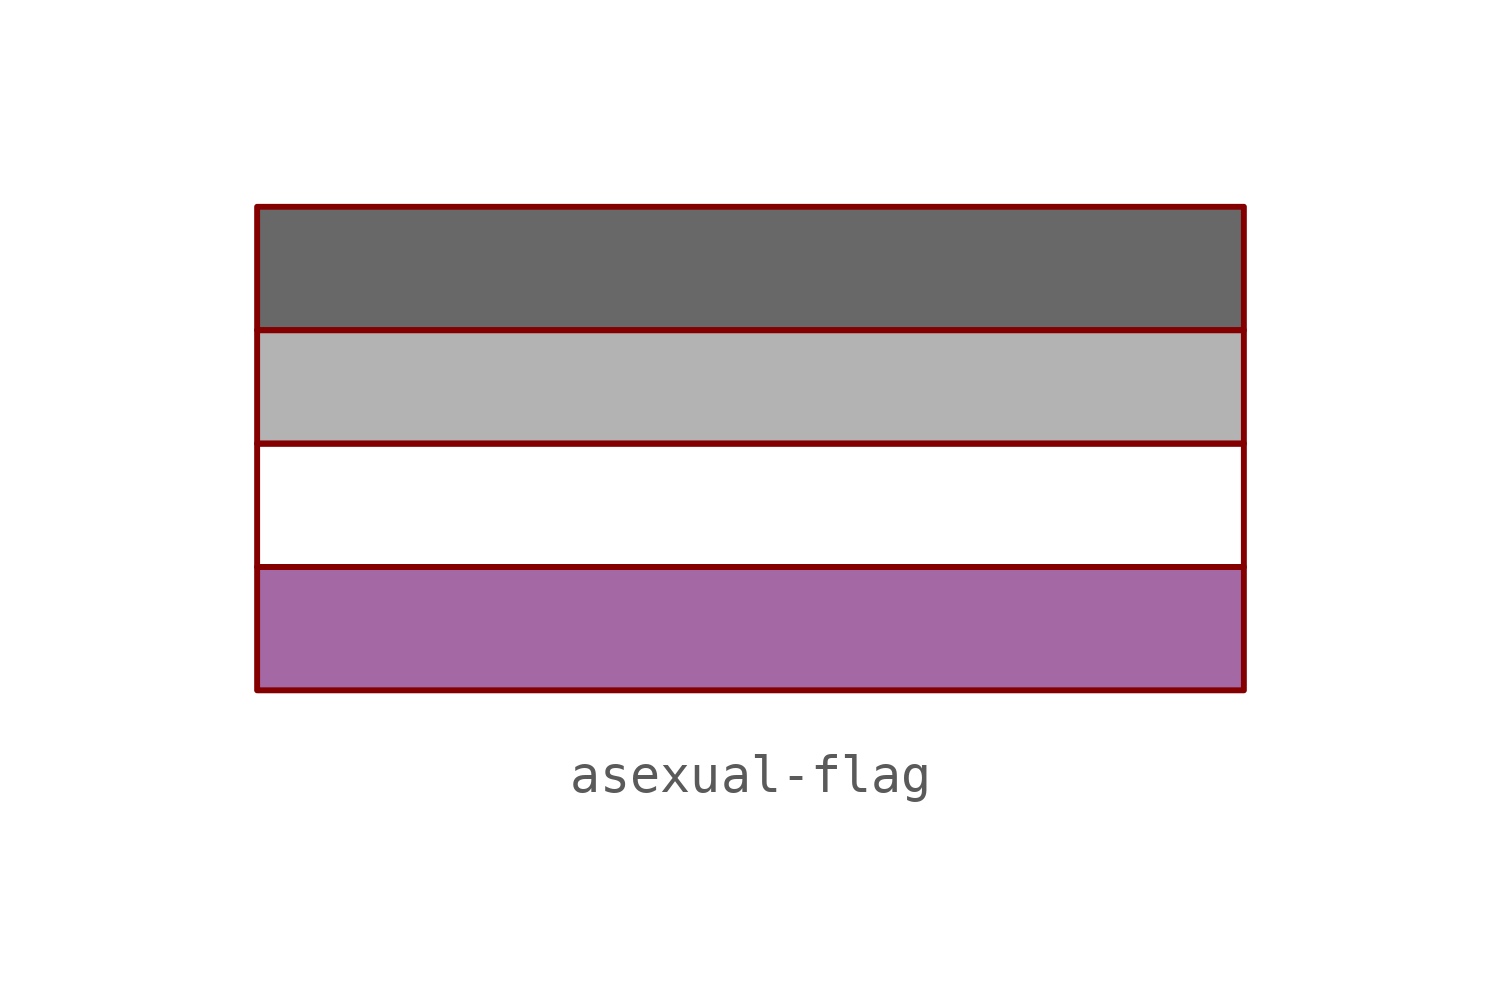
<source format=kicad_sym>
(kicad_symbol_lib
  (version 20220126)
  (generator kicad_symbol_editor)
  (symbol "asexual-flag"
    (pin_numbers hide)
    (pin_names
      (offset 0) hide)
    (property "Reference" "#LOGO"
      (at 0 2.54 0)
      (effects (font (size 1.27 1.27)) hide))
    (symbol "asexual-flag_0_1"
      (rectangle (start -12.7 -1.905) (end 12.7 -5.08) (stroke (width 0.152) (type default)) (fill (type color) (color 164 104 164 1)))
      (rectangle (start -12.7 1.27) (end 12.7 -1.905) (stroke (width 0) (type default)) (fill (type color) (color 255 255 255 1)))
      (rectangle (start -12.7 4.191) (end 12.7 1.27) (stroke (width 0) (type default)) (fill (type color) (color 179 179 179 1)))
      (rectangle (start -12.7 7.366) (end 12.7 4.191) (stroke (width 0.152) (type default)) (fill (type color) (color 104 104 104 1))))))
</source>
